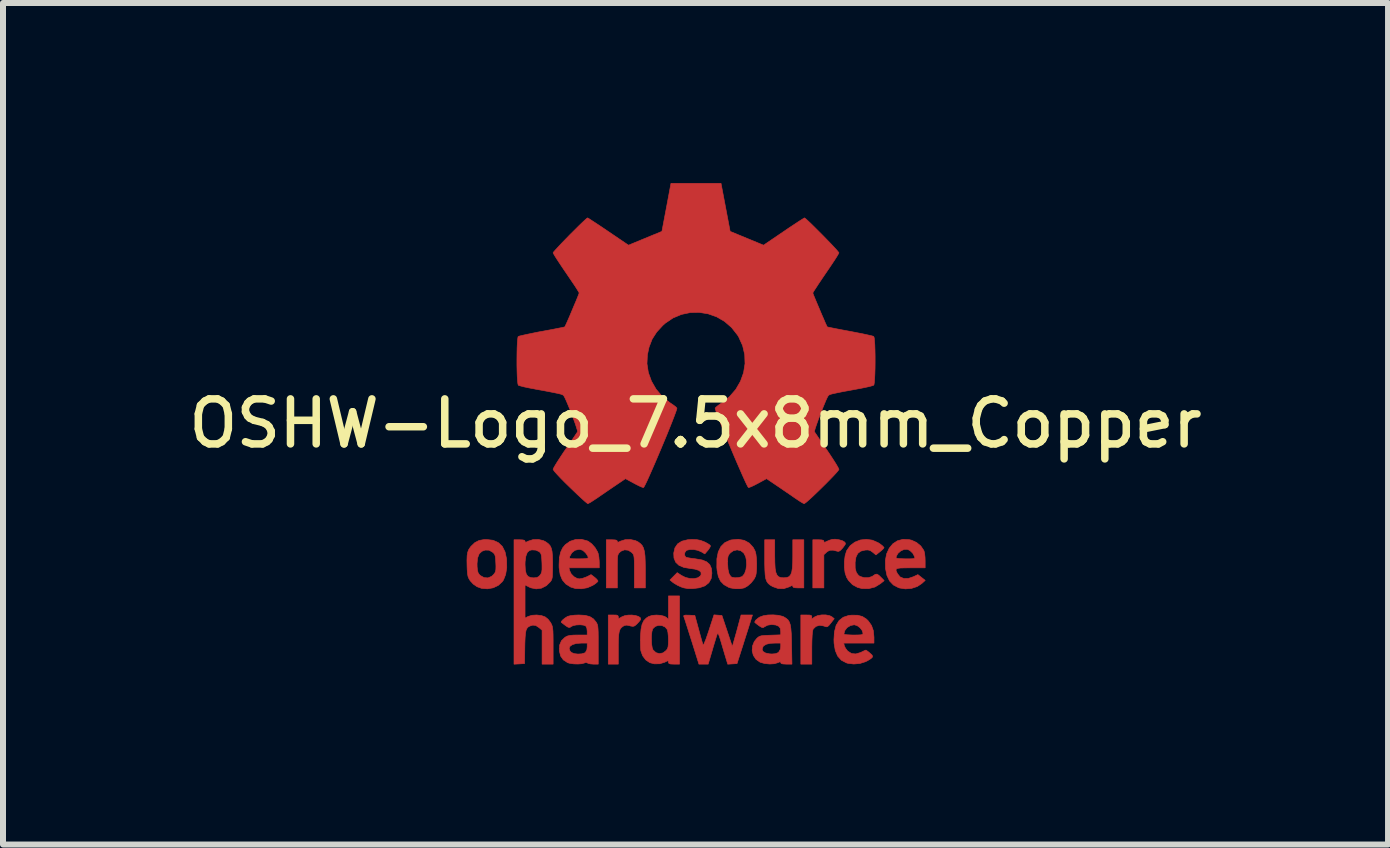
<source format=kicad_pcb>
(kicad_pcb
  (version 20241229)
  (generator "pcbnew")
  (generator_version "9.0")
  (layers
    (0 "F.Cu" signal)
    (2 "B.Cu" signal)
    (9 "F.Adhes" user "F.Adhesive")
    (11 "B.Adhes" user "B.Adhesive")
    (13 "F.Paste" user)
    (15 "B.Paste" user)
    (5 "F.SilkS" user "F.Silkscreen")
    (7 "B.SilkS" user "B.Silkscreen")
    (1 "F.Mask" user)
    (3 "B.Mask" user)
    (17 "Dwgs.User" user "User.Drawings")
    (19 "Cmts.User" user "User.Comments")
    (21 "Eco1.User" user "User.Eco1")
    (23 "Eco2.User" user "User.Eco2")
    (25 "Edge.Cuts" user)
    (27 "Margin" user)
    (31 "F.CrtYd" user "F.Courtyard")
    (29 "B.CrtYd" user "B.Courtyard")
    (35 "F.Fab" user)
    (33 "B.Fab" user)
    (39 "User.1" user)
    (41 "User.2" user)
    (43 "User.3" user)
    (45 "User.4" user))
  (footprint "OSHW-Logo_7.5x8mm_Copper"
    (layer "F.Cu")
    (at 8.541 4.007)
    (property "Reference" "OSHW-Logo_7.5x8mm_Copper" (at 0 0 0) (layer "F.SilkS") (effects (font (size 0.75 0.75) (thickness 0.125))))
    (attr exclude_from_pos_files exclude_from_bom)
    (fp_poly (pts (xy 2.391 1.938) (xy 2.449 1.955) (xy 2.486 1.977) (xy 2.498 1.995) (xy 2.495 2.016) (xy 2.473 2.048) (xy 2.455 2.072) (xy 2.417 2.113) (xy 2.389 2.131) (xy 2.365 2.13) (xy 2.294 2.112) (xy 2.241 2.113) (xy 2.199 2.133) (xy 2.185 2.145) (xy 2.139 2.187) (xy 2.139 2.741) (xy 1.955 2.741) (xy 1.955 1.938) (xy 2.047 1.938) (xy 2.102 1.941) (xy 2.131 1.948) (xy 2.139 1.963) (xy 2.139 1.964) (xy 2.143 1.98) (xy 2.16 1.978) (xy 2.185 1.966) (xy 2.235 1.945) (xy 2.276 1.932) (xy 2.329 1.929) (xy 2.391 1.938)) (stroke (width 0.01) (type solid)) (fill yes) (layer "F.Cu"))
    (fp_poly (pts (xy 2.173 3.191) (xy 2.237 3.204) (xy 2.274 3.223) (xy 2.312 3.254) (xy 2.258 3.323) (xy 2.224 3.365) (xy 2.201 3.385) (xy 2.178 3.389) (xy 2.145 3.378) (xy 2.129 3.373) (xy 2.066 3.364) (xy 2.007 3.382) (xy 1.964 3.423) (xy 1.957 3.436) (xy 1.95 3.47) (xy 1.944 3.533) (xy 1.94 3.621) (xy 1.938 3.729) (xy 1.938 3.744) (xy 1.938 4.011) (xy 1.755 4.011) (xy 1.755 3.192) (xy 1.847 3.192) (xy 1.9 3.193) (xy 1.927 3.199) (xy 1.937 3.213) (xy 1.938 3.226) (xy 1.938 3.261) (xy 1.982 3.226) (xy 2.033 3.203) (xy 2.101 3.191) (xy 2.173 3.191)) (stroke (width 0.01) (type solid)) (fill yes) (layer "F.Cu"))
    (fp_poly (pts (xy -1.32 3.193) (xy -1.295 3.201) (xy -1.287 3.217) (xy -1.287 3.225) (xy -1.285 3.246) (xy -1.275 3.249) (xy -1.248 3.235) (xy -1.232 3.225) (xy -1.182 3.204) (xy -1.122 3.194) (xy -1.059 3.193) (xy -0.999 3.201) (xy -0.951 3.216) (xy -0.92 3.237) (xy -0.914 3.264) (xy -0.917 3.272) (xy -0.94 3.302) (xy -0.974 3.339) (xy -0.98 3.345) (xy -1.013 3.373) (xy -1.042 3.382) (xy -1.081 3.376) (xy -1.097 3.371) (xy -1.146 3.361) (xy -1.181 3.366) (xy -1.211 3.382) (xy -1.237 3.403) (xy -1.257 3.43) (xy -1.271 3.467) (xy -1.28 3.52) (xy -1.285 3.593) (xy -1.287 3.693) (xy -1.287 3.753) (xy -1.287 4.011) (xy -1.454 4.011) (xy -1.454 3.192) (xy -1.37 3.192) (xy -1.32 3.193)) (stroke (width 0.01) (type solid)) (fill yes) (layer "F.Cu"))
    (fp_poly (pts (xy 1.32 2.199) (xy 1.322 2.321) (xy 1.327 2.414) (xy 1.339 2.482) (xy 1.358 2.527) (xy 1.385 2.555) (xy 1.423 2.569) (xy 1.471 2.572) (xy 1.52 2.568) (xy 1.557 2.554) (xy 1.584 2.525) (xy 1.603 2.479) (xy 1.614 2.41) (xy 1.62 2.316) (xy 1.621 2.199) (xy 1.621 1.938) (xy 1.805 1.938) (xy 1.805 2.741) (xy 1.713 2.741) (xy 1.657 2.738) (xy 1.629 2.73) (xy 1.621 2.715) (xy 1.616 2.702) (xy 1.597 2.705) (xy 1.559 2.724) (xy 1.47 2.753) (xy 1.377 2.751) (xy 1.287 2.719) (xy 1.244 2.694) (xy 1.212 2.667) (xy 1.188 2.633) (xy 1.171 2.588) (xy 1.161 2.526) (xy 1.156 2.444) (xy 1.153 2.336) (xy 1.153 2.252) (xy 1.153 1.938) (xy 1.32 1.938) (xy 1.32 2.199)) (stroke (width 0.01) (type solid)) (fill yes) (layer "F.Cu"))
    (fp_poly (pts (xy -1.002 1.952) (xy -0.96 1.972) (xy -0.92 2.001) (xy -0.889 2.034) (xy -0.867 2.076) (xy -0.852 2.132) (xy -0.842 2.207) (xy -0.838 2.305) (xy -0.836 2.431) (xy -0.836 2.444) (xy -0.836 2.741) (xy -1.019 2.741) (xy -1.019 2.467) (xy -1.019 2.366) (xy -1.02 2.292) (xy -1.023 2.241) (xy -1.028 2.207) (xy -1.035 2.184) (xy -1.047 2.167) (xy -1.063 2.15) (xy -1.12 2.113) (xy -1.183 2.106) (xy -1.242 2.129) (xy -1.262 2.147) (xy -1.278 2.163) (xy -1.288 2.18) (xy -1.296 2.204) (xy -1.3 2.24) (xy -1.302 2.294) (xy -1.303 2.371) (xy -1.303 2.464) (xy -1.303 2.741) (xy -1.487 2.741) (xy -1.487 1.938) (xy -1.395 1.938) (xy -1.34 1.941) (xy -1.312 1.948) (xy -1.303 1.963) (xy -1.303 1.964) (xy -1.3 1.979) (xy -1.283 1.977) (xy -1.249 1.961) (xy -1.173 1.937) (xy -1.086 1.934) (xy -1.002 1.952)) (stroke (width 0.01) (type solid)) (fill yes) (layer "F.Cu"))
    (fp_poly (pts (xy 2.947 1.945) (xy 3.043 1.987) (xy 3.074 2.007) (xy 3.113 2.037) (xy 3.137 2.062) (xy 3.142 2.069) (xy 3.13 2.087) (xy 3.099 2.117) (xy 3.074 2.137) (xy 3.007 2.191) (xy 2.954 2.147) (xy 2.913 2.118) (xy 2.873 2.108) (xy 2.827 2.11) (xy 2.754 2.128) (xy 2.704 2.166) (xy 2.674 2.227) (xy 2.66 2.314) (xy 2.66 2.314) (xy 2.661 2.412) (xy 2.68 2.484) (xy 2.717 2.533) (xy 2.742 2.549) (xy 2.809 2.57) (xy 2.881 2.57) (xy 2.943 2.55) (xy 2.958 2.54) (xy 2.995 2.515) (xy 3.024 2.511) (xy 3.055 2.53) (xy 3.089 2.563) (xy 3.144 2.619) (xy 3.083 2.669) (xy 2.99 2.726) (xy 2.884 2.753) (xy 2.774 2.751) (xy 2.701 2.733) (xy 2.617 2.687) (xy 2.549 2.616) (xy 2.518 2.565) (xy 2.493 2.492) (xy 2.481 2.401) (xy 2.481 2.301) (xy 2.493 2.205) (xy 2.517 2.125) (xy 2.521 2.117) (xy 2.578 2.036) (xy 2.655 1.978) (xy 2.746 1.942) (xy 2.846 1.931) (xy 2.947 1.945)) (stroke (width 0.01) (type solid)) (fill yes) (layer "F.Cu"))
    (fp_poly (pts (xy 0.812 1.948) (xy 0.896 1.994) (xy 0.962 2.067) (xy 0.993 2.126) (xy 1.007 2.178) (xy 1.016 2.253) (xy 1.019 2.338) (xy 1.018 2.425) (xy 1.011 2.5) (xy 1.003 2.541) (xy 0.975 2.596) (xy 0.928 2.655) (xy 0.871 2.706) (xy 0.815 2.739) (xy 0.814 2.74) (xy 0.744 2.754) (xy 0.661 2.754) (xy 0.582 2.741) (xy 0.552 2.731) (xy 0.473 2.686) (xy 0.417 2.628) (xy 0.38 2.551) (xy 0.36 2.45) (xy 0.355 2.397) (xy 0.356 2.331) (xy 0.535 2.331) (xy 0.541 2.428) (xy 0.558 2.502) (xy 0.586 2.549) (xy 0.605 2.562) (xy 0.656 2.572) (xy 0.716 2.569) (xy 0.767 2.555) (xy 0.781 2.548) (xy 0.817 2.504) (xy 0.84 2.438) (xy 0.851 2.357) (xy 0.846 2.271) (xy 0.835 2.218) (xy 0.803 2.158) (xy 0.753 2.12) (xy 0.693 2.107) (xy 0.631 2.121) (xy 0.584 2.154) (xy 0.559 2.182) (xy 0.544 2.209) (xy 0.537 2.246) (xy 0.535 2.303) (xy 0.535 2.331) (xy 0.356 2.331) (xy 0.356 2.256) (xy 0.379 2.14) (xy 0.424 2.05) (xy 0.49 1.985) (xy 0.579 1.945) (xy 0.597 1.941) (xy 0.711 1.93) (xy 0.812 1.948)) (stroke (width 0.01) (type solid)) (fill yes) (layer "F.Cu"))
    (fp_poly (pts (xy 0.374 3.195) (xy 0.44 3.2) (xy 0.527 3.459) (xy 0.613 3.718) (xy 0.64 3.626) (xy 0.656 3.569) (xy 0.678 3.493) (xy 0.701 3.408) (xy 0.713 3.363) (xy 0.759 3.192) (xy 0.949 3.192) (xy 0.893 3.371) (xy 0.865 3.46) (xy 0.831 3.566) (xy 0.796 3.677) (xy 0.764 3.777) (xy 0.692 4.002) (xy 0.537 4.012) (xy 0.495 3.874) (xy 0.469 3.787) (xy 0.441 3.692) (xy 0.416 3.608) (xy 0.415 3.605) (xy 0.397 3.548) (xy 0.381 3.509) (xy 0.369 3.495) (xy 0.367 3.496) (xy 0.359 3.519) (xy 0.343 3.568) (xy 0.322 3.637) (xy 0.297 3.719) (xy 0.284 3.764) (xy 0.211 4.011) (xy 0.057 4.011) (xy -0.065 3.622) (xy -0.1 3.513) (xy -0.131 3.414) (xy -0.158 3.33) (xy -0.179 3.265) (xy -0.193 3.224) (xy -0.197 3.212) (xy -0.193 3.199) (xy -0.168 3.194) (xy -0.116 3.195) (xy -0.108 3.195) (xy -0.011 3.2) (xy 0.053 3.434) (xy 0.076 3.519) (xy 0.097 3.594) (xy 0.114 3.653) (xy 0.124 3.687) (xy 0.126 3.693) (xy 0.134 3.686) (xy 0.15 3.653) (xy 0.173 3.596) (xy 0.199 3.522) (xy 0.222 3.454) (xy 0.308 3.19) (xy 0.374 3.195)) (stroke (width 0.01) (type solid)) (fill yes) (layer "F.Cu"))
    (fp_poly (pts (xy -3.373 1.947) (xy -3.286 1.986) (xy -3.219 2.05) (xy -3.174 2.141) (xy -3.149 2.257) (xy -3.148 2.276) (xy -3.146 2.404) (xy -3.164 2.516) (xy -3.2 2.608) (xy -3.22 2.637) (xy -3.287 2.699) (xy -3.372 2.739) (xy -3.468 2.756) (xy -3.566 2.748) (xy -3.64 2.721) (xy -3.704 2.677) (xy -3.756 2.62) (xy -3.757 2.618) (xy -3.778 2.583) (xy -3.792 2.547) (xy -3.8 2.502) (xy -3.805 2.438) (xy -3.807 2.385) (xy -3.808 2.338) (xy -3.641 2.338) (xy -3.64 2.385) (xy -3.634 2.448) (xy -3.623 2.488) (xy -3.604 2.517) (xy -3.587 2.534) (xy -3.524 2.569) (xy -3.459 2.574) (xy -3.398 2.548) (xy -3.367 2.52) (xy -3.345 2.492) (xy -3.332 2.464) (xy -3.327 2.429) (xy -3.326 2.376) (xy -3.328 2.327) (xy -3.332 2.256) (xy -3.338 2.211) (xy -3.348 2.181) (xy -3.366 2.159) (xy -3.381 2.146) (xy -3.44 2.112) (xy -3.505 2.11) (xy -3.559 2.13) (xy -3.605 2.172) (xy -3.632 2.241) (xy -3.641 2.338) (xy -3.808 2.338) (xy -3.809 2.281) (xy -3.806 2.203) (xy -3.796 2.145) (xy -3.778 2.099) (xy -3.75 2.058) (xy -3.74 2.046) (xy -3.676 1.985) (xy -3.607 1.95) (xy -3.523 1.935) (xy -3.482 1.934) (xy -3.373 1.947)) (stroke (width 0.01) (type solid)) (fill yes) (layer "F.Cu"))
    (fp_poly (pts (xy -0.267 4.011) (xy -0.359 4.011) (xy -0.413 4.009) (xy -0.44 4.002) (xy -0.45 3.988) (xy -0.451 3.979) (xy -0.453 3.96) (xy -0.464 3.956) (xy -0.491 3.968) (xy -0.513 3.979) (xy -0.597 4.005) (xy -0.687 4.006) (xy -0.761 3.987) (xy -0.83 3.94) (xy -0.882 3.871) (xy -0.911 3.789) (xy -0.912 3.785) (xy -0.916 3.735) (xy -0.918 3.664) (xy -0.918 3.61) (xy -0.735 3.61) (xy -0.731 3.681) (xy -0.721 3.741) (xy -0.708 3.774) (xy -0.659 3.82) (xy -0.601 3.836) (xy -0.54 3.823) (xy -0.489 3.783) (xy -0.469 3.757) (xy -0.458 3.725) (xy -0.453 3.679) (xy -0.451 3.609) (xy -0.454 3.54) (xy -0.46 3.48) (xy -0.469 3.44) (xy -0.47 3.436) (xy -0.506 3.393) (xy -0.558 3.369) (xy -0.616 3.365) (xy -0.67 3.382) (xy -0.71 3.419) (xy -0.714 3.426) (xy -0.727 3.471) (xy -0.734 3.536) (xy -0.735 3.61) (xy -0.918 3.61) (xy -0.918 3.582) (xy -0.917 3.538) (xy -0.908 3.43) (xy -0.891 3.349) (xy -0.863 3.288) (xy -0.821 3.244) (xy -0.78 3.217) (xy -0.723 3.199) (xy -0.653 3.193) (xy -0.58 3.198) (xy -0.518 3.214) (xy -0.485 3.233) (xy -0.451 3.264) (xy -0.451 2.874) (xy -0.267 2.874) (xy -0.267 4.011)) (stroke (width 0.01) (type solid)) (fill yes) (layer "F.Cu"))
    (fp_poly (pts (xy 3.559 1.936) (xy 3.602 1.946) (xy 3.684 1.984) (xy 3.754 2.042) (xy 3.802 2.112) (xy 3.809 2.128) (xy 3.818 2.168) (xy 3.825 2.229) (xy 3.827 2.29) (xy 3.827 2.406) (xy 3.584 2.406) (xy 3.484 2.407) (xy 3.414 2.409) (xy 3.369 2.415) (xy 3.346 2.426) (xy 3.341 2.445) (xy 3.35 2.472) (xy 3.366 2.504) (xy 3.41 2.558) (xy 3.472 2.584) (xy 3.547 2.583) (xy 3.632 2.554) (xy 3.706 2.519) (xy 3.767 2.567) (xy 3.828 2.615) (xy 3.77 2.668) (xy 3.694 2.718) (xy 3.599 2.749) (xy 3.498 2.757) (xy 3.4 2.742) (xy 3.384 2.737) (xy 3.298 2.692) (xy 3.234 2.625) (xy 3.19 2.533) (xy 3.166 2.416) (xy 3.166 2.414) (xy 3.164 2.286) (xy 3.172 2.24) (xy 3.342 2.24) (xy 3.358 2.247) (xy 3.4 2.252) (xy 3.462 2.255) (xy 3.502 2.256) (xy 3.576 2.256) (xy 3.622 2.254) (xy 3.646 2.249) (xy 3.654 2.24) (xy 3.652 2.224) (xy 3.65 2.218) (xy 3.621 2.163) (xy 3.574 2.118) (xy 3.532 2.098) (xy 3.477 2.099) (xy 3.421 2.124) (xy 3.374 2.165) (xy 3.346 2.214) (xy 3.342 2.24) (xy 3.172 2.24) (xy 3.185 2.173) (xy 3.228 2.079) (xy 3.289 2.005) (xy 3.366 1.955) (xy 3.457 1.931) (xy 3.559 1.936)) (stroke (width 0.01) (type solid)) (fill yes) (layer "F.Cu"))
    (fp_poly (pts (xy 0.019 1.936) (xy 0.082 1.948) (xy 0.148 1.973) (xy 0.155 1.976) (xy 0.204 2.002) (xy 0.239 2.026) (xy 0.25 2.042) (xy 0.239 2.067) (xy 0.214 2.105) (xy 0.202 2.119) (xy 0.155 2.174) (xy 0.094 2.138) (xy 0.036 2.114) (xy -0.03 2.101) (xy -0.095 2.101) (xy -0.144 2.113) (xy -0.156 2.12) (xy -0.179 2.154) (xy -0.182 2.194) (xy -0.165 2.225) (xy -0.155 2.231) (xy -0.124 2.238) (xy -0.072 2.247) (xy -0.006 2.255) (xy 0.006 2.257) (xy 0.11 2.275) (xy 0.186 2.306) (xy 0.237 2.352) (xy 0.265 2.416) (xy 0.273 2.495) (xy 0.261 2.585) (xy 0.222 2.655) (xy 0.156 2.707) (xy 0.062 2.739) (xy -0.042 2.752) (xy -0.127 2.752) (xy -0.195 2.74) (xy -0.242 2.724) (xy -0.302 2.696) (xy -0.356 2.664) (xy -0.376 2.65) (xy -0.426 2.609) (xy -0.305 2.486) (xy -0.236 2.532) (xy -0.168 2.566) (xy -0.094 2.584) (xy -0.023 2.586) (xy 0.037 2.572) (xy 0.08 2.543) (xy 0.093 2.518) (xy 0.091 2.479) (xy 0.057 2.449) (xy -0.009 2.428) (xy -0.081 2.418) (xy -0.192 2.4) (xy -0.275 2.365) (xy -0.33 2.313) (xy -0.359 2.243) (xy -0.363 2.16) (xy -0.343 2.073) (xy -0.298 2.007) (xy -0.228 1.962) (xy -0.131 1.938) (xy -0.06 1.933) (xy 0.019 1.936)) (stroke (width 0.01) (type solid)) (fill yes) (layer "F.Cu"))
    (fp_poly (pts (xy 2.701 3.196) (xy 2.781 3.217) (xy 2.848 3.26) (xy 2.88 3.292) (xy 2.933 3.367) (xy 2.964 3.455) (xy 2.974 3.563) (xy 2.974 3.572) (xy 2.974 3.66) (xy 2.47 3.66) (xy 2.48 3.706) (xy 2.5 3.747) (xy 2.534 3.791) (xy 2.541 3.797) (xy 2.602 3.835) (xy 2.672 3.841) (xy 2.752 3.817) (xy 2.766 3.81) (xy 2.807 3.79) (xy 2.835 3.778) (xy 2.84 3.777) (xy 2.857 3.788) (xy 2.89 3.813) (xy 2.906 3.827) (xy 2.94 3.858) (xy 2.951 3.879) (xy 2.944 3.899) (xy 2.94 3.904) (xy 2.911 3.927) (xy 2.865 3.955) (xy 2.832 3.971) (xy 2.74 4) (xy 2.638 4.009) (xy 2.542 3.998) (xy 2.515 3.99) (xy 2.431 3.946) (xy 2.369 3.877) (xy 2.329 3.783) (xy 2.309 3.663) (xy 2.307 3.601) (xy 2.313 3.51) (xy 2.473 3.51) (xy 2.489 3.517) (xy 2.53 3.522) (xy 2.591 3.525) (xy 2.632 3.526) (xy 2.706 3.525) (xy 2.752 3.523) (xy 2.778 3.517) (xy 2.789 3.507) (xy 2.791 3.493) (xy 2.776 3.448) (xy 2.74 3.403) (xy 2.693 3.369) (xy 2.645 3.355) (xy 2.581 3.368) (xy 2.525 3.403) (xy 2.486 3.455) (xy 2.473 3.51) (xy 2.313 3.51) (xy 2.316 3.469) (xy 2.344 3.363) (xy 2.393 3.284) (xy 2.462 3.23) (xy 2.552 3.2) (xy 2.6 3.195) (xy 2.701 3.196)) (stroke (width 0.01) (type solid)) (fill yes) (layer "F.Cu"))
    (fp_poly (pts (xy -1.803 1.957) (xy -1.786 1.965) (xy -1.729 2.007) (xy -1.674 2.069) (xy -1.634 2.137) (xy -1.622 2.168) (xy -1.611 2.223) (xy -1.605 2.291) (xy -1.604 2.319) (xy -1.604 2.406) (xy -2.109 2.406) (xy -2.098 2.452) (xy -2.072 2.507) (xy -2.026 2.554) (xy -1.971 2.584) (xy -1.936 2.59) (xy -1.888 2.583) (xy -1.832 2.563) (xy -1.812 2.555) (xy -1.741 2.519) (xy -1.68 2.565) (xy -1.645 2.597) (xy -1.627 2.623) (xy -1.626 2.63) (xy -1.643 2.649) (xy -1.679 2.677) (xy -1.712 2.698) (xy -1.802 2.738) (xy -1.902 2.755) (xy -2.001 2.751) (xy -2.08 2.727) (xy -2.162 2.675) (xy -2.22 2.607) (xy -2.256 2.519) (xy -2.273 2.407) (xy -2.274 2.356) (xy -2.269 2.239) (xy -2.268 2.236) (xy -2.101 2.236) (xy -2.096 2.247) (xy -2.077 2.253) (xy -2.038 2.255) (xy -1.973 2.256) (xy -1.948 2.256) (xy -1.872 2.255) (xy -1.824 2.252) (xy -1.798 2.245) (xy -1.788 2.235) (xy -1.788 2.231) (xy -1.799 2.204) (xy -1.825 2.166) (xy -1.836 2.153) (xy -1.878 2.115) (xy -1.922 2.1) (xy -1.945 2.099) (xy -2.009 2.114) (xy -2.062 2.156) (xy -2.096 2.216) (xy -2.097 2.218) (xy -2.101 2.236) (xy -2.268 2.236) (xy -2.249 2.147) (xy -2.214 2.073) (xy -2.171 2.021) (xy -2.092 1.964) (xy -1.999 1.934) (xy -1.9 1.931) (xy -1.803 1.957)) (stroke (width 0.01) (type solid)) (fill yes) (layer "F.Cu"))
    (fp_poly (pts (xy 1.38 3.197) (xy 1.45 3.214) (xy 1.471 3.223) (xy 1.51 3.247) (xy 1.541 3.273) (xy 1.563 3.308) (xy 1.579 3.354) (xy 1.589 3.418) (xy 1.596 3.503) (xy 1.6 3.614) (xy 1.601 3.689) (xy 1.607 4.011) (xy 1.514 4.011) (xy 1.457 4.008) (xy 1.428 4) (xy 1.42 3.986) (xy 1.416 3.972) (xy 1.399 3.975) (xy 1.374 3.986) (xy 1.314 4.004) (xy 1.236 4.009) (xy 1.154 4.001) (xy 1.081 3.981) (xy 1.075 3.978) (xy 1.008 3.931) (xy 0.964 3.866) (xy 0.944 3.791) (xy 0.946 3.763) (xy 1.11 3.763) (xy 1.125 3.8) (xy 1.168 3.826) (xy 1.237 3.84) (xy 1.274 3.842) (xy 1.336 3.837) (xy 1.377 3.819) (xy 1.387 3.81) (xy 1.414 3.762) (xy 1.42 3.718) (xy 1.42 3.66) (xy 1.339 3.66) (xy 1.244 3.664) (xy 1.178 3.68) (xy 1.136 3.706) (xy 1.126 3.718) (xy 1.11 3.763) (xy 0.946 3.763) (xy 0.949 3.711) (xy 0.979 3.635) (xy 1.02 3.584) (xy 1.045 3.561) (xy 1.069 3.547) (xy 1.101 3.538) (xy 1.148 3.533) (xy 1.218 3.53) (xy 1.246 3.529) (xy 1.42 3.523) (xy 1.42 3.47) (xy 1.413 3.415) (xy 1.389 3.381) (xy 1.34 3.36) (xy 1.338 3.359) (xy 1.268 3.351) (xy 1.2 3.362) (xy 1.149 3.389) (xy 1.129 3.402) (xy 1.107 3.4) (xy 1.073 3.381) (xy 1.053 3.367) (xy 1.014 3.338) (xy 0.99 3.317) (xy 0.986 3.311) (xy 1.002 3.279) (xy 1.049 3.24) (xy 1.069 3.227) (xy 1.128 3.205) (xy 1.207 3.192) (xy 1.295 3.19) (xy 1.38 3.197)) (stroke (width 0.01) (type solid)) (fill yes) (layer "F.Cu"))
    (fp_poly (pts (xy -1.84 3.198) (xy -1.761 3.219) (xy -1.701 3.257) (xy -1.659 3.307) (xy -1.646 3.328) (xy -1.636 3.35) (xy -1.629 3.379) (xy -1.625 3.419) (xy -1.622 3.475) (xy -1.621 3.554) (xy -1.621 3.659) (xy -1.621 3.687) (xy -1.621 4.011) (xy -1.701 4.011) (xy -1.752 4.007) (xy -1.79 3.998) (xy -1.8 3.992) (xy -1.826 3.983) (xy -1.852 3.992) (xy -1.896 4.004) (xy -1.959 4.009) (xy -2.029 4.007) (xy -2.093 3.998) (xy -2.131 3.987) (xy -2.203 3.94) (xy -2.248 3.876) (xy -2.269 3.79) (xy -2.269 3.788) (xy -2.267 3.75) (xy -2.106 3.75) (xy -2.091 3.793) (xy -2.068 3.817) (xy -2.022 3.836) (xy -1.961 3.843) (xy -1.899 3.84) (xy -1.849 3.825) (xy -1.835 3.816) (xy -1.811 3.773) (xy -1.805 3.724) (xy -1.805 3.66) (xy -1.897 3.66) (xy -1.985 3.666) (xy -2.052 3.686) (xy -2.093 3.715) (xy -2.106 3.75) (xy -2.267 3.75) (xy -2.265 3.694) (xy -2.234 3.62) (xy -2.175 3.564) (xy -2.167 3.559) (xy -2.133 3.542) (xy -2.09 3.532) (xy -2.03 3.527) (xy -1.959 3.526) (xy -1.805 3.526) (xy -1.805 3.461) (xy -1.811 3.411) (xy -1.828 3.377) (xy -1.83 3.375) (xy -1.867 3.361) (xy -1.923 3.355) (xy -1.986 3.358) (xy -2.04 3.369) (xy -2.073 3.385) (xy -2.091 3.398) (xy -2.109 3.4) (xy -2.135 3.39) (xy -2.174 3.363) (xy -2.232 3.318) (xy -2.238 3.314) (xy -2.235 3.299) (xy -2.212 3.273) (xy -2.177 3.244) (xy -2.139 3.22) (xy -2.127 3.214) (xy -2.083 3.203) (xy -2.019 3.195) (xy -1.947 3.192) (xy -1.943 3.192) (xy -1.84 3.198)) (stroke (width 0.01) (type solid)) (fill yes) (layer "F.Cu"))
    (fp_poly (pts (xy -2.537 1.952) (xy -2.501 1.97) (xy -2.458 2) (xy -2.426 2.033) (xy -2.405 2.075) (xy -2.391 2.131) (xy -2.384 2.206) (xy -2.381 2.307) (xy -2.381 2.351) (xy -2.382 2.446) (xy -2.384 2.514) (xy -2.387 2.561) (xy -2.394 2.594) (xy -2.405 2.618) (xy -2.416 2.634) (xy -2.485 2.703) (xy -2.567 2.745) (xy -2.656 2.757) (xy -2.745 2.739) (xy -2.773 2.726) (xy -2.841 2.691) (xy -2.841 3.243) (xy -2.791 3.217) (xy -2.727 3.197) (xy -2.647 3.192) (xy -2.567 3.202) (xy -2.507 3.223) (xy -2.457 3.263) (xy -2.414 3.32) (xy -2.411 3.326) (xy -2.397 3.353) (xy -2.387 3.381) (xy -2.381 3.415) (xy -2.376 3.46) (xy -2.374 3.523) (xy -2.373 3.608) (xy -2.373 3.704) (xy -2.373 4.011) (xy -2.557 4.011) (xy -2.557 3.445) (xy -2.608 3.402) (xy -2.662 3.367) (xy -2.712 3.361) (xy -2.763 3.377) (xy -2.79 3.393) (xy -2.81 3.416) (xy -2.825 3.45) (xy -2.834 3.5) (xy -2.84 3.572) (xy -2.844 3.67) (xy -2.845 3.735) (xy -2.849 4.002) (xy -2.937 4.007) (xy -3.025 4.012) (xy -3.025 2.353) (xy -2.841 2.353) (xy -2.836 2.446) (xy -2.82 2.51) (xy -2.791 2.55) (xy -2.745 2.569) (xy -2.699 2.573) (xy -2.646 2.569) (xy -2.612 2.551) (xy -2.59 2.528) (xy -2.573 2.502) (xy -2.563 2.474) (xy -2.558 2.434) (xy -2.558 2.375) (xy -2.559 2.325) (xy -2.563 2.251) (xy -2.568 2.202) (xy -2.577 2.17) (xy -2.591 2.15) (xy -2.605 2.137) (xy -2.661 2.111) (xy -2.727 2.107) (xy -2.765 2.116) (xy -2.803 2.148) (xy -2.827 2.211) (xy -2.84 2.304) (xy -2.841 2.353) (xy -3.025 2.353) (xy -3.025 1.938) (xy -2.933 1.938) (xy -2.878 1.941) (xy -2.849 1.948) (xy -2.841 1.963) (xy -2.841 1.964) (xy -2.837 1.979) (xy -2.82 1.977) (xy -2.786 1.961) (xy -2.708 1.936) (xy -2.62 1.933) (xy -2.537 1.952)) (stroke (width 0.01) (type solid)) (fill yes) (layer "F.Cu"))
    (fp_poly (pts (xy 0.501 -3.601) (xy 0.577 -3.201) (xy 1.134 -2.971) (xy 1.468 -3.198) (xy 1.562 -3.262) (xy 1.647 -3.318) (xy 1.718 -3.365) (xy 1.773 -3.4) (xy 1.807 -3.421) (xy 1.817 -3.426) (xy 1.833 -3.414) (xy 1.869 -3.382) (xy 1.919 -3.335) (xy 1.981 -3.274) (xy 2.049 -3.206) (xy 2.121 -3.134) (xy 2.191 -3.062) (xy 2.257 -2.994) (xy 2.313 -2.934) (xy 2.357 -2.886) (xy 2.383 -2.854) (xy 2.39 -2.844) (xy 2.38 -2.824) (xy 2.355 -2.781) (xy 2.316 -2.72) (xy 2.265 -2.643) (xy 2.206 -2.556) (xy 2.172 -2.506) (xy 2.11 -2.415) (xy 2.055 -2.333) (xy 2.01 -2.264) (xy 1.976 -2.212) (xy 1.958 -2.181) (xy 1.955 -2.174) (xy 1.961 -2.156) (xy 1.978 -2.113) (xy 2.004 -2.051) (xy 2.035 -1.977) (xy 2.069 -1.897) (xy 2.103 -1.816) (xy 2.136 -1.741) (xy 2.163 -1.677) (xy 2.184 -1.632) (xy 2.195 -1.61) (xy 2.195 -1.609) (xy 2.212 -1.605) (xy 2.257 -1.596) (xy 2.326 -1.582) (xy 2.414 -1.565) (xy 2.515 -1.546) (xy 2.575 -1.535) (xy 2.683 -1.514) (xy 2.781 -1.495) (xy 2.864 -1.477) (xy 2.926 -1.463) (xy 2.963 -1.453) (xy 2.97 -1.449) (xy 2.978 -1.427) (xy 2.983 -1.378) (xy 2.988 -1.307) (xy 2.991 -1.219) (xy 2.993 -1.122) (xy 2.993 -1.02) (xy 2.992 -0.919) (xy 2.989 -0.825) (xy 2.985 -0.745) (xy 2.98 -0.683) (xy 2.974 -0.646) (xy 2.97 -0.638) (xy 2.946 -0.629) (xy 2.896 -0.615) (xy 2.827 -0.6) (xy 2.744 -0.583) (xy 2.715 -0.578) (xy 2.576 -0.552) (xy 2.465 -0.532) (xy 2.381 -0.515) (xy 2.319 -0.502) (xy 2.274 -0.492) (xy 2.245 -0.483) (xy 2.227 -0.475) (xy 2.216 -0.467) (xy 2.214 -0.465) (xy 2.199 -0.44) (xy 2.176 -0.391) (xy 2.148 -0.324) (xy 2.116 -0.246) (xy 2.083 -0.161) (xy 2.051 -0.077) (xy 2.023 0.001) (xy 2 0.067) (xy 1.986 0.114) (xy 1.982 0.138) (xy 1.983 0.139) (xy 1.995 0.158) (xy 2.024 0.2) (xy 2.065 0.262) (xy 2.117 0.337) (xy 2.175 0.422) (xy 2.192 0.446) (xy 2.251 0.534) (xy 2.303 0.614) (xy 2.346 0.682) (xy 2.375 0.733) (xy 2.389 0.762) (xy 2.39 0.766) (xy 2.378 0.785) (xy 2.346 0.823) (xy 2.298 0.875) (xy 2.237 0.938) (xy 2.169 1.007) (xy 2.096 1.079) (xy 2.024 1.149) (xy 1.956 1.214) (xy 1.896 1.269) (xy 1.849 1.31) (xy 1.818 1.333) (xy 1.809 1.337) (xy 1.79 1.328) (xy 1.749 1.304) (xy 1.695 1.268) (xy 1.653 1.24) (xy 1.577 1.187) (xy 1.487 1.126) (xy 1.397 1.064) (xy 1.348 1.031) (xy 1.184 0.92) (xy 1.046 0.995) (xy 0.983 1.028) (xy 0.93 1.053) (xy 0.893 1.067) (xy 0.884 1.069) (xy 0.873 1.055) (xy 0.851 1.013) (xy 0.82 0.947) (xy 0.782 0.863) (xy 0.738 0.762) (xy 0.689 0.65) (xy 0.638 0.531) (xy 0.586 0.407) (xy 0.534 0.283) (xy 0.485 0.164) (xy 0.439 0.052) (xy 0.4 -0.049) (xy 0.367 -0.134) (xy 0.343 -0.199) (xy 0.33 -0.241) (xy 0.327 -0.256) (xy 0.345 -0.274) (xy 0.382 -0.304) (xy 0.432 -0.34) (xy 0.437 -0.343) (xy 0.566 -0.446) (xy 0.671 -0.567) (xy 0.749 -0.702) (xy 0.801 -0.846) (xy 0.825 -0.996) (xy 0.82 -1.147) (xy 0.785 -1.297) (xy 0.72 -1.441) (xy 0.701 -1.472) (xy 0.601 -1.599) (xy 0.483 -1.701) (xy 0.352 -1.777) (xy 0.21 -1.827) (xy 0.062 -1.851) (xy -0.087 -1.848) (xy -0.234 -1.817) (xy -0.375 -1.758) (xy -0.505 -1.67) (xy -0.545 -1.634) (xy -0.648 -1.522) (xy -0.723 -1.405) (xy -0.774 -1.273) (xy -0.802 -1.142) (xy -0.809 -0.996) (xy -0.786 -0.848) (xy -0.734 -0.705) (xy -0.657 -0.571) (xy -0.556 -0.452) (xy -0.434 -0.351) (xy -0.418 -0.34) (xy -0.368 -0.306) (xy -0.329 -0.276) (xy -0.311 -0.256) (xy -0.31 -0.256) (xy -0.314 -0.235) (xy -0.33 -0.188) (xy -0.356 -0.118) (xy -0.39 -0.03) (xy -0.431 0.073) (xy -0.477 0.187) (xy -0.527 0.307) (xy -0.579 0.431) (xy -0.631 0.554) (xy -0.682 0.673) (xy -0.73 0.783) (xy -0.773 0.88) (xy -0.81 0.962) (xy -0.84 1.023) (xy -0.86 1.06) (xy -0.868 1.069) (xy -0.892 1.062) (xy -0.938 1.042) (xy -0.997 1.012) (xy -1.029 0.995) (xy -1.167 0.92) (xy -1.331 1.031) (xy -1.415 1.088) (xy -1.507 1.151) (xy -1.593 1.21) (xy -1.636 1.24) (xy -1.697 1.28) (xy -1.748 1.313) (xy -1.783 1.332) (xy -1.795 1.337) (xy -1.812 1.325) (xy -1.849 1.294) (xy -1.902 1.246) (xy -1.969 1.184) (xy -2.045 1.111) (xy -2.093 1.065) (xy -2.178 0.982) (xy -2.251 0.908) (xy -2.309 0.846) (xy -2.351 0.799) (xy -2.371 0.77) (xy -2.373 0.764) (xy -2.364 0.742) (xy -2.338 0.696) (xy -2.299 0.633) (xy -2.249 0.556) (xy -2.192 0.47) (xy -2.175 0.446) (xy -2.115 0.359) (xy -2.062 0.281) (xy -2.017 0.215) (xy -1.985 0.167) (xy -1.968 0.142) (xy -1.966 0.139) (xy -1.968 0.118) (xy -1.982 0.073) (xy -2.003 0.008) (xy -2.031 -0.069) (xy -2.062 -0.152) (xy -2.095 -0.237) (xy -2.128 -0.317) (xy -2.157 -0.385) (xy -2.181 -0.436) (xy -2.197 -0.464) (xy -2.198 -0.465) (xy -2.208 -0.473) (xy -2.224 -0.481) (xy -2.251 -0.49) (xy -2.292 -0.5) (xy -2.351 -0.512) (xy -2.431 -0.528) (xy -2.536 -0.548) (xy -2.669 -0.572) (xy -2.698 -0.578) (xy -2.784 -0.594) (xy -2.859 -0.61) (xy -2.916 -0.625) (xy -2.949 -0.635) (xy -2.953 -0.638) (xy -2.96 -0.66) (xy -2.966 -0.71) (xy -2.971 -0.782) (xy -2.974 -0.869) (xy -2.976 -0.967) (xy -2.976 -1.069) (xy -2.975 -1.169) (xy -2.973 -1.263) (xy -2.969 -1.343) (xy -2.964 -1.405) (xy -2.958 -1.442) (xy -2.954 -1.449) (xy -2.932 -1.457) (xy -2.882 -1.469) (xy -2.809 -1.485) (xy -2.718 -1.504) (xy -2.614 -1.525) (xy -2.558 -1.535) (xy -2.45 -1.555) (xy -2.355 -1.573) (xy -2.275 -1.589) (xy -2.217 -1.6) (xy -2.184 -1.608) (xy -2.179 -1.609) (xy -2.17 -1.627) (xy -2.15 -1.669) (xy -2.123 -1.73) (xy -2.091 -1.804) (xy -2.057 -1.885) (xy -2.023 -1.966) (xy -1.991 -2.041) (xy -1.965 -2.105) (xy -1.947 -2.151) (xy -1.939 -2.174) (xy -1.938 -2.175) (xy -1.948 -2.193) (xy -1.973 -2.234) (xy -2.012 -2.295) (xy -2.063 -2.37) (xy -2.122 -2.457) (xy -2.156 -2.507) (xy -2.218 -2.598) (xy -2.273 -2.681) (xy -2.319 -2.751) (xy -2.352 -2.804) (xy -2.37 -2.837) (xy -2.373 -2.844) (xy -2.362 -2.861) (xy -2.33 -2.897) (xy -2.283 -2.948) (xy -2.224 -3.011) (xy -2.157 -3.08) (xy -2.086 -3.153) (xy -2.014 -3.224) (xy -1.947 -3.291) (xy -1.888 -3.348) (xy -1.841 -3.392) (xy -1.81 -3.419) (xy -1.799 -3.426) (xy -1.782 -3.417) (xy -1.742 -3.391) (xy -1.682 -3.352) (xy -1.606 -3.302) (xy -1.518 -3.243) (xy -1.452 -3.198) (xy -1.117 -2.971) (xy -0.839 -3.086) (xy -0.56 -3.201) (xy -0.484 -3.601) (xy -0.409 -4.002) (xy 0.425 -4.002) (xy 0.501 -3.601)) (stroke (width 0.01) (type solid)) (fill yes) (layer "F.Cu")))
  (gr_rect
    (start -3 -3)
    (end 20.082 11.024)
    (stroke (width 0.1) (type default))
    (fill no)
    (layer "Edge.Cuts")))
</source>
